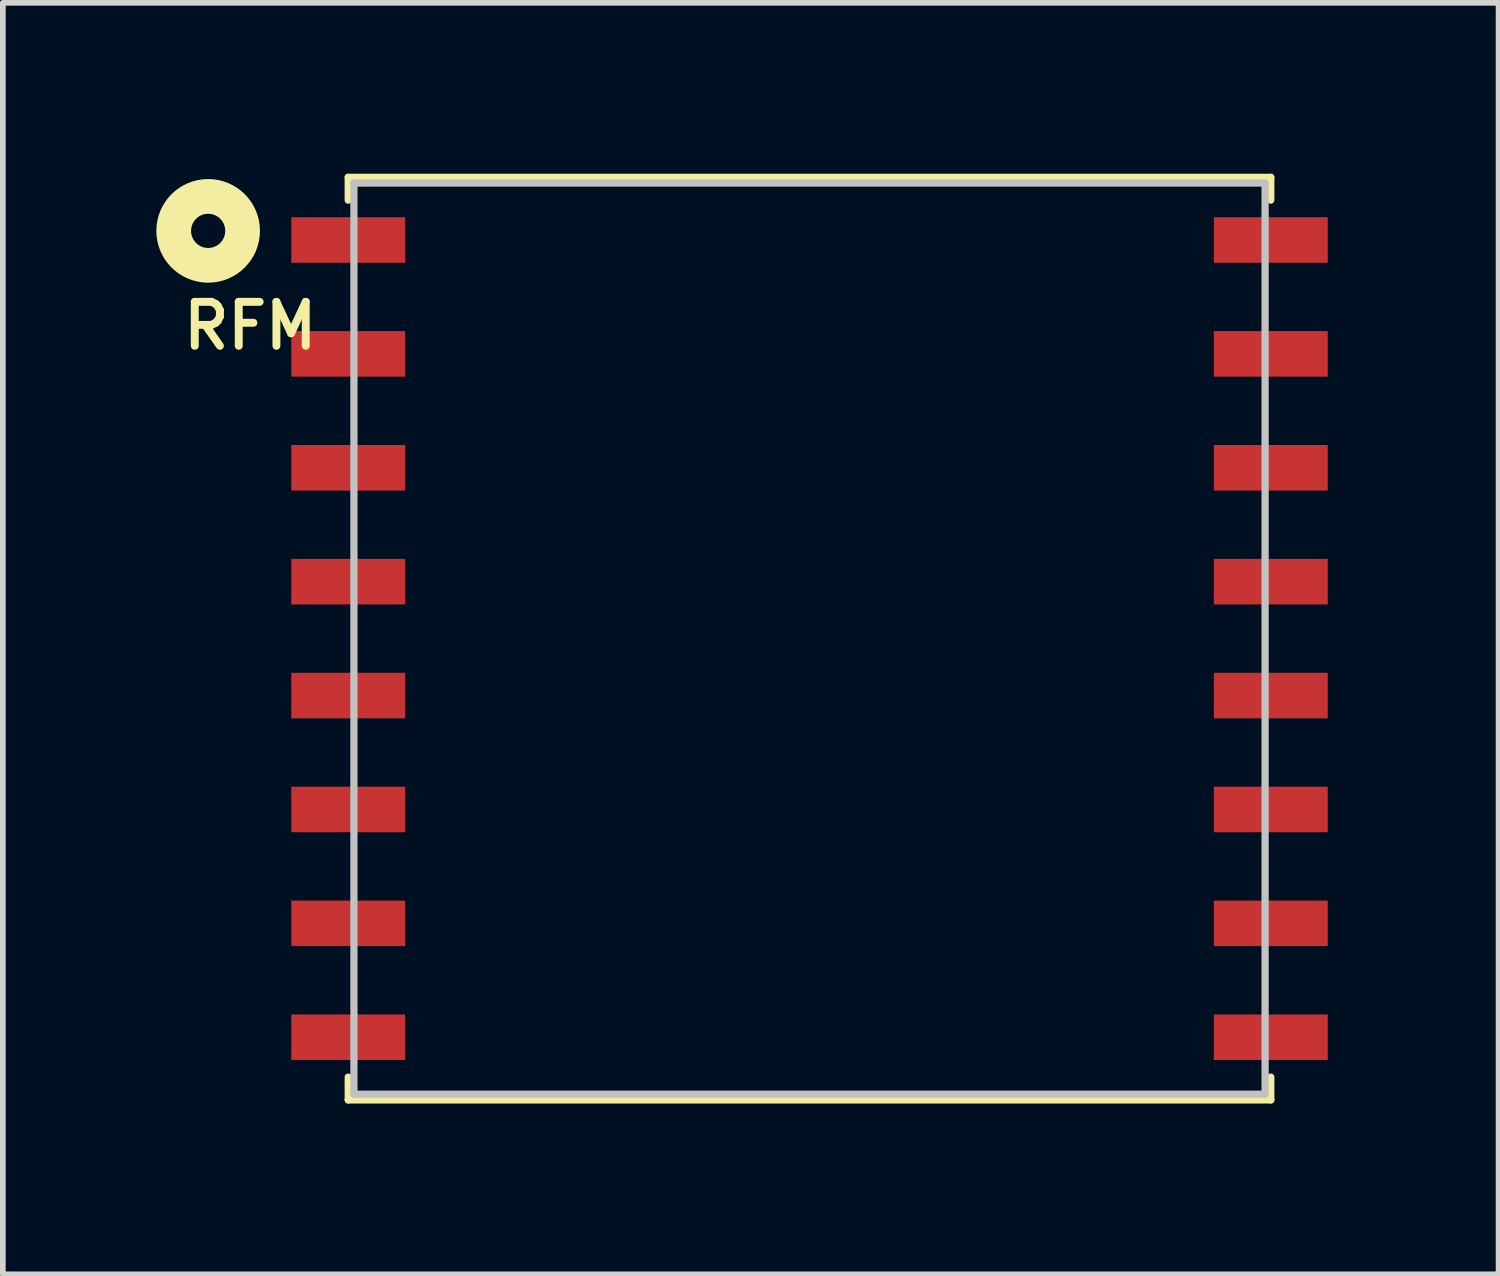
<source format=kicad_pcb>
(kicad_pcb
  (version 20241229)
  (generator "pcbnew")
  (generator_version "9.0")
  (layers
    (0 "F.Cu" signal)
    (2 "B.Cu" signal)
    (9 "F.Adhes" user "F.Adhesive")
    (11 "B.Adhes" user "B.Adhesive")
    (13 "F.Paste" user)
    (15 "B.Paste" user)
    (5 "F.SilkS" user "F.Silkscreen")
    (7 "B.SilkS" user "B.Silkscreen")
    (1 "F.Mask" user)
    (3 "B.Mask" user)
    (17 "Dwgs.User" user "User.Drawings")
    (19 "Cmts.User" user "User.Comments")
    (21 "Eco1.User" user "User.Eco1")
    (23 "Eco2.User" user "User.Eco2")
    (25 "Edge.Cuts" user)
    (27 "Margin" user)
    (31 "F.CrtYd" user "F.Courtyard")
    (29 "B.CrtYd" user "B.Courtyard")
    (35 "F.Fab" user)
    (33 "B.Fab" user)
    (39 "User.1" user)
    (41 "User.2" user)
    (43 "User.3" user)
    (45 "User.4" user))
  (footprint "RFM"
    (layer "F.Cu")
    (at 11.165 8.164)
    (property "Reference" "RFM" (at -11.07 -5.04 0) (layer "F.SilkS") (effects (font (size 0.772 0.772) (thickness 0.139)) (justify left bottom)))
    (attr through_hole)
    (fp_line (start -8.1 -8.1) (end 8.1 -8.1) (stroke (width 0.127) (type solid)) (layer "F.SilkS"))
    (fp_line (start -8.1 -7.7) (end -8.1 -8.1) (stroke (width 0.127) (type solid)) (layer "F.SilkS"))
    (fp_line (start -8.1 7.7) (end -8.1 8.1) (stroke (width 0.127) (type solid)) (layer "F.SilkS"))
    (fp_line (start -8.1 8.1) (end 8.1 8.1) (stroke (width 0.127) (type solid)) (layer "F.SilkS"))
    (fp_line (start 8.1 -8.1) (end 8.1 -7.7) (stroke (width 0.127) (type solid)) (layer "F.SilkS"))
    (fp_line (start 8.1 8.1) (end 8.1 7.7) (stroke (width 0.127) (type solid)) (layer "F.SilkS"))
    (fp_circle (center -10.56 -7.16) (end -10.26 -7.16) (stroke (width 0.61) (type solid)) (fill no) (layer "F.SilkS"))
    (fp_line (start -8 -8) (end 8 -8) (stroke (width 0.127) (type solid)) (layer "Dwgs.User"))
    (fp_line (start -8 8) (end -8 -8) (stroke (width 0.127) (type solid)) (layer "Dwgs.User"))
    (fp_line (start 8 -8) (end 8 8) (stroke (width 0.127) (type solid)) (layer "Dwgs.User"))
    (fp_line (start 8 8) (end -8 8) (stroke (width 0.127) (type solid)) (layer "Dwgs.User"))
    (pad "1" smd rect (at -8.1 -7) (size 2 0.8) (layers "F.Cu" "F.Mask" "F.Paste"))
    (pad "2" smd rect (at -8.1 -5) (size 2 0.8) (layers "F.Cu" "F.Mask" "F.Paste"))
    (pad "3" smd rect (at -8.1 -3) (size 2 0.8) (layers "F.Cu" "F.Mask" "F.Paste"))
    (pad "4" smd rect (at -8.1 -1) (size 2 0.8) (layers "F.Cu" "F.Mask" "F.Paste"))
    (pad "5" smd rect (at -8.1 1) (size 2 0.8) (layers "F.Cu" "F.Mask" "F.Paste"))
    (pad "6" smd rect (at -8.1 3) (size 2 0.8) (layers "F.Cu" "F.Mask" "F.Paste"))
    (pad "7" smd rect (at -8.1 5) (size 2 0.8) (layers "F.Cu" "F.Mask" "F.Paste"))
    (pad "8" smd rect (at -8.1 7 180) (size 2 0.8) (layers "F.Cu" "F.Mask" "F.Paste"))
    (pad "9" smd rect (at 8.1 -7 180) (size 2 0.8) (layers "F.Cu" "F.Mask" "F.Paste"))
    (pad "10" smd rect (at 8.1 -5 180) (size 2 0.8) (layers "F.Cu" "F.Mask" "F.Paste"))
    (pad "11" smd rect (at 8.1 -3 180) (size 2 0.8) (layers "F.Cu" "F.Mask" "F.Paste"))
    (pad "12" smd rect (at 8.1 -1 180) (size 2 0.8) (layers "F.Cu" "F.Mask" "F.Paste"))
    (pad "13" smd rect (at 8.1 1 180) (size 2 0.8) (layers "F.Cu" "F.Mask" "F.Paste"))
    (pad "14" smd rect (at 8.1 3 180) (size 2 0.8) (layers "F.Cu" "F.Mask" "F.Paste"))
    (pad "15" smd rect (at 8.1 5 180) (size 2 0.8) (layers "F.Cu" "F.Mask" "F.Paste"))
    (pad "16" smd rect (at 8.1 7 180) (size 2 0.8) (layers "F.Cu" "F.Mask" "F.Paste")))
  (gr_rect
    (start -3 -3)
    (end 23.265 19.327)
    (stroke (width 0.1) (type default))
    (fill no)
    (layer "Edge.Cuts")))
</source>
